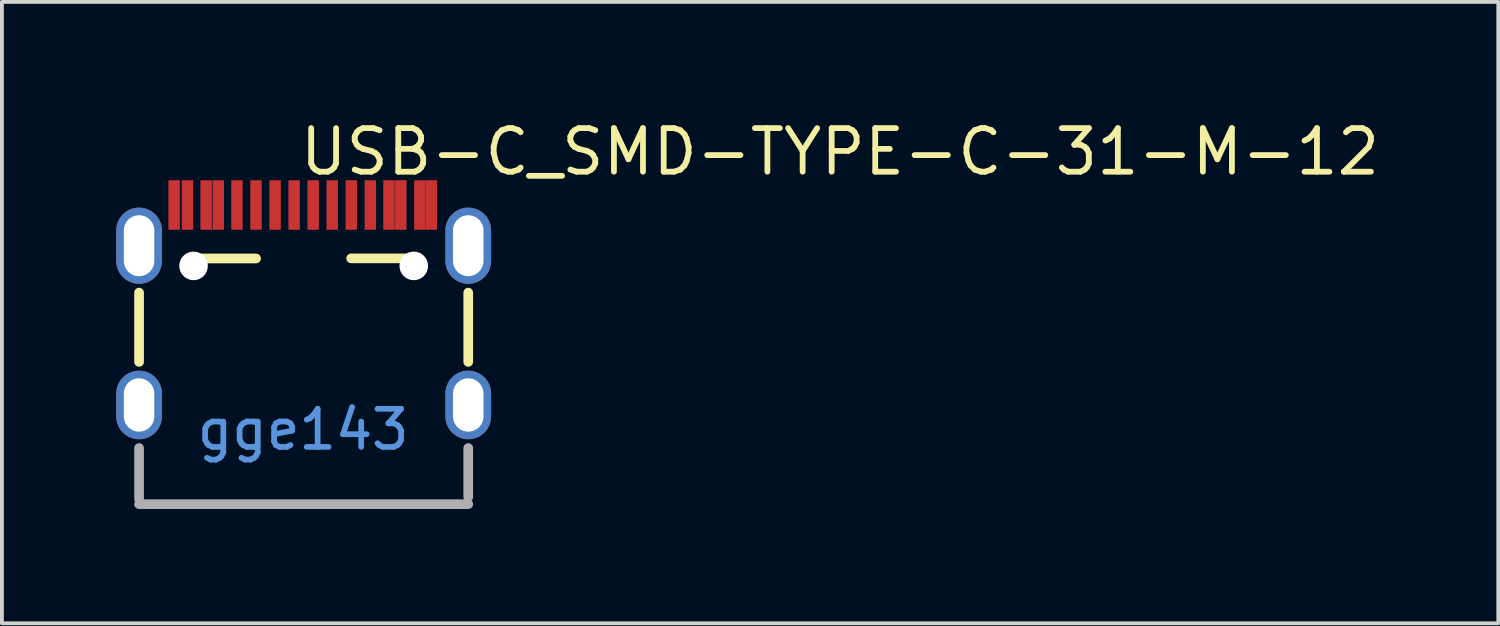
<source format=kicad_pcb>
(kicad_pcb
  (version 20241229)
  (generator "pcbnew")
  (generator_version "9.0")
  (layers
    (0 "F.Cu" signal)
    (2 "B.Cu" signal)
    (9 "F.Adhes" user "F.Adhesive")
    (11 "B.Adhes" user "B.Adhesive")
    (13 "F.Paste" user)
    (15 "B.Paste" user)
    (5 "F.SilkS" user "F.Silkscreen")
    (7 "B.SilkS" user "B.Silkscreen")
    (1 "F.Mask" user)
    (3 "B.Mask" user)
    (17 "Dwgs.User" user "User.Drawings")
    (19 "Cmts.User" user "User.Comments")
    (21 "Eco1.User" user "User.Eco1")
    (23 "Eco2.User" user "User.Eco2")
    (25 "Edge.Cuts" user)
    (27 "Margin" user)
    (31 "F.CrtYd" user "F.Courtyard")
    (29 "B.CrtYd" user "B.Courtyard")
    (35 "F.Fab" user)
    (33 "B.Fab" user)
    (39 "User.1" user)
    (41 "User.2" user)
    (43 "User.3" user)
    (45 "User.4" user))
  (footprint "USB-C_SMD-TYPE-C-31-M-12"
    (layer "F.Cu")
    (at 4.9 6.825)
    (property "Reference" "USB-C_SMD-TYPE-C-31-M-12" (at -0.155 -5.89 0) (layer "F.SilkS") (effects (font (size 1.143 1.143) (thickness 0.152)) (justify left)))
    (attr smd)
    (fp_line (start -4.3 -0.377) (end -4.3 -2.195) (stroke (width 0.254) (type solid)) (layer "F.SilkS"))
    (fp_line (start -2.98 -3.091) (end -1.23 -3.091) (stroke (width 0.254) (type solid)) (layer "F.SilkS"))
    (fp_line (start 1.267 -3.094) (end 3.017 -3.094) (stroke (width 0.254) (type solid)) (layer "F.SilkS"))
    (fp_line (start 4.34 -0.377) (end 4.34 -2.195) (stroke (width 0.254) (type solid)) (layer "F.SilkS"))
    (fp_line (start -4.3 3.221) (end -4.3 1.885) (stroke (width 0.254) (type solid)) (layer "F.Fab"))
    (fp_line (start 4.34 3.17) (end 4.34 1.885) (stroke (width 0.254) (type solid)) (layer "F.Fab"))
    (fp_line (start 4.34 3.357) (end -4.3 3.357) (stroke (width 0.254) (type solid)) (layer "F.Fab"))
    (fp_text user "gge143" (at 0.006 1.4 0) (layer "Cmts.User") (effects (font (size 1 1) (thickness 0.15))))
    (pad "" np_thru_hole circle (at -2.87 -2.896) (size 0.75 0.75) (drill 0.75) (layers "*.Cu" "*.Mask"))
    (pad "" np_thru_hole circle (at 2.91 -2.896) (size 0.75 0.75) (drill 0.75) (layers "*.Cu" "*.Mask"))
    (pad "0" thru_hole oval (at -4.3 -3.426) (size 1.2 2) (drill oval 0.8 1.6) (layers "*.Cu" "*.Paste" "*.Mask"))
    (pad "0" thru_hole oval (at -4.3 0.754) (size 1.2 1.8) (drill oval 0.8 1.4) (layers "*.Cu" "*.Paste" "*.Mask"))
    (pad "0" thru_hole oval (at 4.34 -3.426) (size 1.2 2) (drill oval 0.8 1.6) (layers "*.Cu" "*.Paste" "*.Mask"))
    (pad "0" thru_hole oval (at 4.34 0.754) (size 1.2 1.8) (drill oval 0.8 1.4) (layers "*.Cu" "*.Paste" "*.Mask"))
    (pad "A1" smd rect (at -3.38 -4.494) (size 0.3 1.3) (layers "F.Cu" "F.Mask" "F.Paste"))
    (pad "A4" smd rect (at -2.54 -4.494) (size 0.3 1.3) (layers "F.Cu" "F.Mask" "F.Paste"))
    (pad "A5" smd rect (at -1.23 -4.494) (size 0.3 1.3) (layers "F.Cu" "F.Mask" "F.Paste"))
    (pad "A6" smd rect (at -0.23 -4.494) (size 0.3 1.3) (layers "F.Cu" "F.Mask" "F.Paste"))
    (pad "A7" smd rect (at 0.27 -4.494) (size 0.3 1.3) (layers "F.Cu" "F.Mask" "F.Paste"))
    (pad "A8" smd rect (at 1.27 -4.494) (size 0.3 1.3) (layers "F.Cu" "F.Mask" "F.Paste"))
    (pad "A9" smd rect (at 2.57 -4.494) (size 0.3 1.3) (layers "F.Cu" "F.Mask" "F.Paste"))
    (pad "A12" smd rect (at 3.37 -4.494) (size 0.3 1.3) (layers "F.Cu" "F.Mask" "F.Paste"))
    (pad "B1" smd rect (at 3.07 -4.494) (size 0.3 1.3) (layers "F.Cu" "F.Mask" "F.Paste"))
    (pad "B4" smd rect (at 2.26 -4.494) (size 0.3 1.3) (layers "F.Cu" "F.Mask" "F.Paste"))
    (pad "B5" smd rect (at 1.77 -4.494) (size 0.3 1.3) (layers "F.Cu" "F.Mask" "F.Paste"))
    (pad "B6" smd rect (at 0.77 -4.494) (size 0.3 1.3) (layers "F.Cu" "F.Mask" "F.Paste"))
    (pad "B7" smd rect (at -0.73 -4.494) (size 0.3 1.3) (layers "F.Cu" "F.Mask" "F.Paste"))
    (pad "B8" smd rect (at -1.73 -4.494) (size 0.3 1.3) (layers "F.Cu" "F.Mask" "F.Paste"))
    (pad "B9" smd rect (at -2.22 -4.494) (size 0.3 1.3) (layers "F.Cu" "F.Mask" "F.Paste"))
    (pad "B12" smd rect (at -3.03 -4.494) (size 0.3 1.3) (layers "F.Cu" "F.Mask" "F.Paste")))
  (gr_rect
    (start -3 -3)
    (end 36.275 13.309)
    (stroke (width 0.1) (type default))
    (fill no)
    (layer "Edge.Cuts")))
</source>
